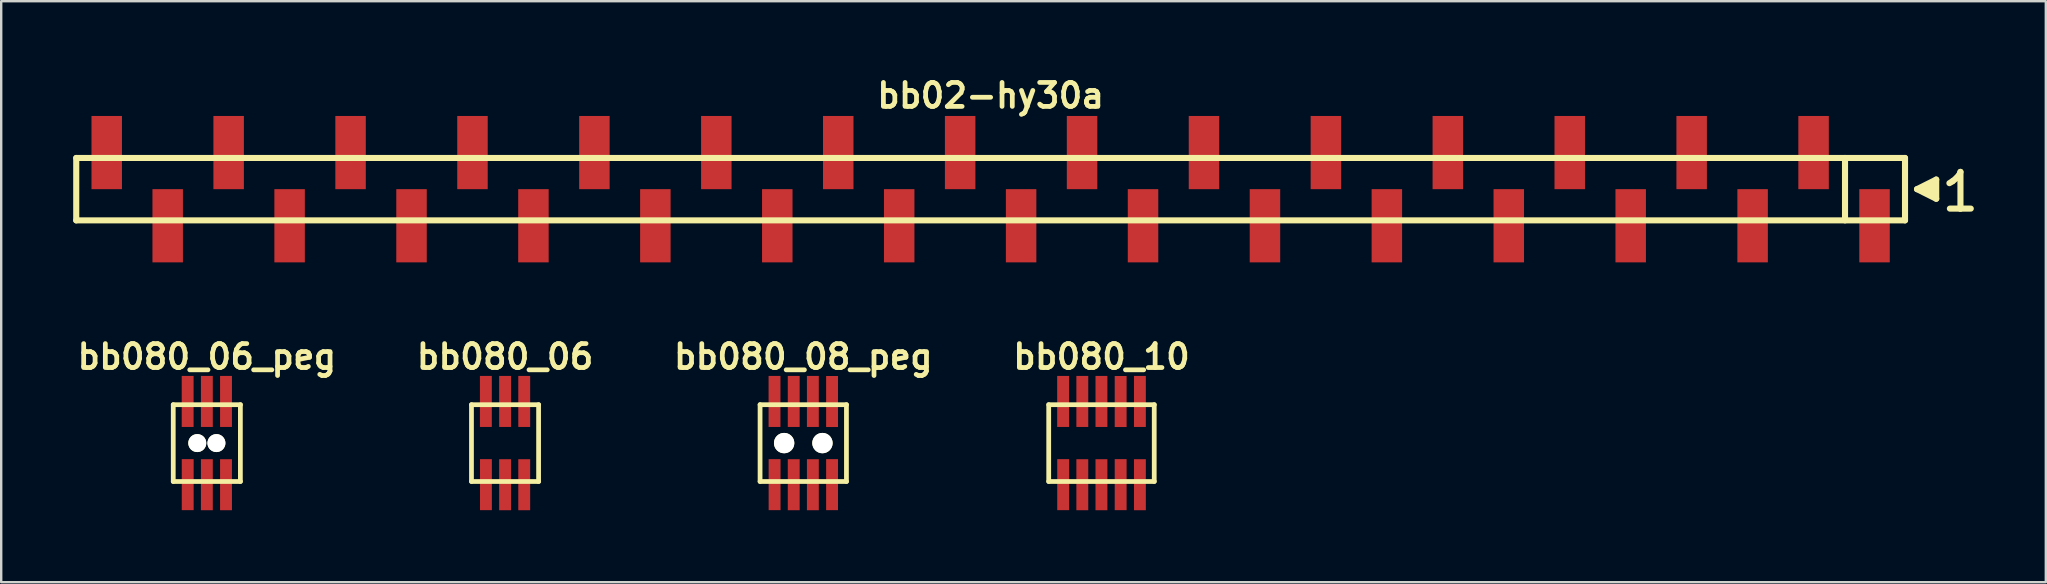
<source format=kicad_pcb>
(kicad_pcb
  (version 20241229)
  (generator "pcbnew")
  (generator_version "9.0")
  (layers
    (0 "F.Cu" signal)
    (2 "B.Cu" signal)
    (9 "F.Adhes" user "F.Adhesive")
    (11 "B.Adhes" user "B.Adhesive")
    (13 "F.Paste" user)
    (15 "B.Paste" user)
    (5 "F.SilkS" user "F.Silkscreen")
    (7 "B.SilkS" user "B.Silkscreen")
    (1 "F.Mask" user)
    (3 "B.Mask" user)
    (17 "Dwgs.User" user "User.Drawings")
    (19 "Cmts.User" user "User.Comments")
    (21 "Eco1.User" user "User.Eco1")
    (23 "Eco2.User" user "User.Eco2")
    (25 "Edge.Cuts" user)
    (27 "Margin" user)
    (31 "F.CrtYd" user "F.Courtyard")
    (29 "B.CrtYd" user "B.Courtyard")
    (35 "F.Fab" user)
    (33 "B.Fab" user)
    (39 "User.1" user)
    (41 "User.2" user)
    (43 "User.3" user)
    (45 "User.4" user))
  (footprint "bb080_10"
    (layer "F.Cu")
    (at 42.847 15.412)
    (property "Reference" "bb080_10" (at 0 -3.599 0) (layer "F.SilkS") (effects (font (size 0.998 0.998) (thickness 0.198))))
    (attr through_hole)
    (fp_line (start -2.2 -1.6) (end -2.2 1.6) (stroke (width 0.198) (type solid)) (layer "F.SilkS"))
    (fp_line (start -2.2 -1.6) (end 2.2 -1.6) (stroke (width 0.198) (type solid)) (layer "F.SilkS"))
    (fp_line (start 2.197 1.6) (end 2.197 -1.6) (stroke (width 0.198) (type solid)) (layer "F.SilkS"))
    (fp_line (start 2.2 1.6) (end -2.2 1.6) (stroke (width 0.198) (type solid)) (layer "F.SilkS"))
    (pad "1" smd rect (at -1.598 1.732) (size 0.495 2.126) (layers "F.Cu" "F.Mask" "F.Paste"))
    (pad "2" smd rect (at -1.6 -1.735) (size 0.495 2.126) (layers "F.Cu" "F.Mask" "F.Paste"))
    (pad "3" smd rect (at -0.8 1.735) (size 0.495 2.126) (layers "F.Cu" "F.Mask" "F.Paste"))
    (pad "4" smd rect (at -0.8 -1.735) (size 0.495 2.126) (layers "F.Cu" "F.Mask" "F.Paste"))
    (pad "5" smd rect (at -0.003 1.735) (size 0.495 2.126) (layers "F.Cu" "F.Mask" "F.Paste"))
    (pad "6" smd rect (at -0.003 -1.735) (size 0.495 2.126) (layers "F.Cu" "F.Mask" "F.Paste"))
    (pad "7" smd rect (at 0.798 1.732) (size 0.495 2.126) (layers "F.Cu" "F.Mask" "F.Paste"))
    (pad "8" smd rect (at 0.798 -1.732) (size 0.495 2.126) (layers "F.Cu" "F.Mask" "F.Paste"))
    (pad "9" smd rect (at 1.6 1.735) (size 0.495 2.126) (layers "F.Cu" "F.Mask" "F.Paste"))
    (pad "10" smd rect (at 1.6 -1.735) (size 0.495 2.126) (layers "F.Cu" "F.Mask" "F.Paste")))
  (footprint "bb02-hy30a"
    (layer "F.Cu")
    (at 38.227 4.832)
    (property "Reference" "bb02-hy30a" (at 0 -3.9 0) (layer "F.SilkS") (effects (font (size 0.998 0.998) (thickness 0.198))))
    (attr through_hole)
    (fp_line (start -38.1 -1.3) (end 38.1 -1.3) (stroke (width 0.254) (type solid)) (layer "F.SilkS"))
    (fp_line (start -38.1 1.3) (end -38.1 -1.3) (stroke (width 0.254) (type solid)) (layer "F.SilkS"))
    (fp_line (start 35.6 1.3) (end 35.6 -1.3) (stroke (width 0.254) (type solid)) (layer "F.SilkS"))
    (fp_line (start 38.1 -1.3) (end 38.1 1.3) (stroke (width 0.254) (type solid)) (layer "F.SilkS"))
    (fp_line (start 38.1 1.3) (end -38.1 1.3) (stroke (width 0.254) (type solid)) (layer "F.SilkS"))
    (fp_line (start 38.6 0) (end 39.4 0.4) (stroke (width 0.254) (type solid)) (layer "F.SilkS"))
    (fp_line (start 38.9 0.1) (end 38.9 -0.1) (stroke (width 0.254) (type solid)) (layer "F.SilkS"))
    (fp_line (start 39 -0.1) (end 39 0.1) (stroke (width 0.254) (type solid)) (layer "F.SilkS"))
    (fp_line (start 39.1 0.2) (end 39.1 -0.2) (stroke (width 0.254) (type solid)) (layer "F.SilkS"))
    (fp_line (start 39.2 -0.2) (end 39.2 0.2) (stroke (width 0.254) (type solid)) (layer "F.SilkS"))
    (fp_line (start 39.3 0.3) (end 39.3 -0.3) (stroke (width 0.254) (type solid)) (layer "F.SilkS"))
    (fp_line (start 39.4 -0.4) (end 38.6 0) (stroke (width 0.254) (type solid)) (layer "F.SilkS"))
    (fp_line (start 39.4 0.4) (end 39.4 -0.4) (stroke (width 0.254) (type solid)) (layer "F.SilkS"))
    (fp_line (start 39.95 -0.25) (end 40.08 -0.33) (stroke (width 0.254) (type solid)) (layer "F.SilkS"))
    (fp_line (start 40.08 -0.33) (end 40.24 -0.46) (stroke (width 0.254) (type solid)) (layer "F.SilkS"))
    (fp_line (start 40.24 -0.46) (end 40.38 -0.63) (stroke (width 0.254) (type solid)) (layer "F.SilkS"))
    (fp_line (start 40.38 -0.63) (end 40.41 -0.72) (stroke (width 0.254) (type solid)) (layer "F.SilkS"))
    (fp_line (start 40.41 -0.72) (end 40.41 0.81) (stroke (width 0.254) (type solid)) (layer "F.SilkS"))
    (fp_line (start 40.41 0.81) (end 39.97 0.81) (stroke (width 0.254) (type solid)) (layer "F.SilkS"))
    (fp_line (start 40.84 0.81) (end 40.4 0.81) (stroke (width 0.254) (type solid)) (layer "F.SilkS"))
    (pad "1" smd rect (at 36.83 1.525) (size 1.27 3.05) (layers "F.Cu" "F.Mask" "F.Paste"))
    (pad "2" smd rect (at 34.29 -1.525) (size 1.27 3.05) (layers "F.Cu" "F.Mask" "F.Paste"))
    (pad "3" smd rect (at 31.75 1.525) (size 1.27 3.05) (layers "F.Cu" "F.Mask" "F.Paste"))
    (pad "4" smd rect (at 29.21 -1.525) (size 1.27 3.05) (layers "F.Cu" "F.Mask" "F.Paste"))
    (pad "5" smd rect (at 26.67 1.525) (size 1.27 3.05) (layers "F.Cu" "F.Mask" "F.Paste"))
    (pad "6" smd rect (at 24.13 -1.525) (size 1.27 3.05) (layers "F.Cu" "F.Mask" "F.Paste"))
    (pad "7" smd rect (at 21.59 1.525) (size 1.27 3.05) (layers "F.Cu" "F.Mask" "F.Paste"))
    (pad "8" smd rect (at 19.05 -1.525) (size 1.27 3.05) (layers "F.Cu" "F.Mask" "F.Paste"))
    (pad "9" smd rect (at 16.51 1.525) (size 1.27 3.05) (layers "F.Cu" "F.Mask" "F.Paste"))
    (pad "10" smd rect (at 13.97 -1.525) (size 1.27 3.05) (layers "F.Cu" "F.Mask" "F.Paste"))
    (pad "11" smd rect (at 11.43 1.525) (size 1.27 3.05) (layers "F.Cu" "F.Mask" "F.Paste"))
    (pad "12" smd rect (at 8.89 -1.525) (size 1.27 3.05) (layers "F.Cu" "F.Mask" "F.Paste"))
    (pad "13" smd rect (at 6.35 1.525) (size 1.27 3.05) (layers "F.Cu" "F.Mask" "F.Paste"))
    (pad "14" smd rect (at 3.81 -1.525) (size 1.27 3.05) (layers "F.Cu" "F.Mask" "F.Paste"))
    (pad "15" smd rect (at 1.27 1.525) (size 1.27 3.05) (layers "F.Cu" "F.Mask" "F.Paste"))
    (pad "16" smd rect (at -1.27 -1.525) (size 1.27 3.05) (layers "F.Cu" "F.Mask" "F.Paste"))
    (pad "17" smd rect (at -3.81 1.525) (size 1.27 3.05) (layers "F.Cu" "F.Mask" "F.Paste"))
    (pad "18" smd rect (at -6.35 -1.525) (size 1.27 3.05) (layers "F.Cu" "F.Mask" "F.Paste"))
    (pad "19" smd rect (at -8.89 1.525) (size 1.27 3.05) (layers "F.Cu" "F.Mask" "F.Paste"))
    (pad "20" smd rect (at -11.43 -1.525) (size 1.27 3.05) (layers "F.Cu" "F.Mask" "F.Paste"))
    (pad "21" smd rect (at -13.97 1.525) (size 1.27 3.05) (layers "F.Cu" "F.Mask" "F.Paste"))
    (pad "22" smd rect (at -16.51 -1.525) (size 1.27 3.05) (layers "F.Cu" "F.Mask" "F.Paste"))
    (pad "23" smd rect (at -19.05 1.525) (size 1.27 3.05) (layers "F.Cu" "F.Mask" "F.Paste"))
    (pad "24" smd rect (at -21.59 -1.525) (size 1.27 3.05) (layers "F.Cu" "F.Mask" "F.Paste"))
    (pad "25" smd rect (at -24.13 1.525) (size 1.27 3.05) (layers "F.Cu" "F.Mask" "F.Paste"))
    (pad "26" smd rect (at -26.67 -1.525) (size 1.27 3.05) (layers "F.Cu" "F.Mask" "F.Paste"))
    (pad "27" smd rect (at -29.21 1.525) (size 1.27 3.05) (layers "F.Cu" "F.Mask" "F.Paste"))
    (pad "28" smd rect (at -31.75 -1.525) (size 1.27 3.05) (layers "F.Cu" "F.Mask" "F.Paste"))
    (pad "29" smd rect (at -34.29 1.525) (size 1.27 3.05) (layers "F.Cu" "F.Mask" "F.Paste"))
    (pad "30" smd rect (at -36.83 -1.525) (size 1.27 3.05) (layers "F.Cu" "F.Mask" "F.Paste")))
  (footprint "bb080_08_peg"
    (layer "F.Cu")
    (at 30.421 15.412)
    (property "Reference" "bb080_08_peg" (at 0 -3.599 0) (layer "F.SilkS") (effects (font (size 0.998 0.998) (thickness 0.198))))
    (attr through_hole)
    (fp_line (start -1.801 -1.6) (end -1.801 1.6) (stroke (width 0.198) (type solid)) (layer "F.SilkS"))
    (fp_line (start -1.801 -1.6) (end 1.801 -1.6) (stroke (width 0.198) (type solid)) (layer "F.SilkS"))
    (fp_line (start -1.801 1.6) (end 1.801 1.6) (stroke (width 0.198) (type solid)) (layer "F.SilkS"))
    (fp_line (start 1.798 1.6) (end 1.798 -1.6) (stroke (width 0.198) (type solid)) (layer "F.SilkS"))
    (pad "" np_thru_hole circle (at -0.798 0) (size 0.848 0.848) (drill 0.848) (layers "*.Cu" "*.Mask" "F.SilkS"))
    (pad "" np_thru_hole circle (at 0.798 0) (size 0.848 0.848) (drill 0.848) (layers "*.Cu" "*.Mask" "F.SilkS"))
    (pad "1" smd rect (at -1.196 1.732) (size 0.495 2.126) (layers "F.Cu" "F.Mask" "F.Paste"))
    (pad "2" smd rect (at -1.199 -1.735) (size 0.495 2.126) (layers "F.Cu" "F.Mask" "F.Paste"))
    (pad "3" smd rect (at -0.399 1.735) (size 0.495 2.126) (layers "F.Cu" "F.Mask" "F.Paste"))
    (pad "4" smd rect (at -0.399 -1.735) (size 0.495 2.126) (layers "F.Cu" "F.Mask" "F.Paste"))
    (pad "5" smd rect (at 0.399 1.735) (size 0.495 2.126) (layers "F.Cu" "F.Mask" "F.Paste"))
    (pad "6" smd rect (at 0.399 -1.735) (size 0.495 2.126) (layers "F.Cu" "F.Mask" "F.Paste"))
    (pad "7" smd rect (at 1.199 1.732) (size 0.495 2.126) (layers "F.Cu" "F.Mask" "F.Paste"))
    (pad "8" smd rect (at 1.199 -1.732) (size 0.495 2.126) (layers "F.Cu" "F.Mask" "F.Paste")))
  (footprint "bb080_06_peg"
    (layer "F.Cu")
    (at 5.569 15.412)
    (property "Reference" "bb080_06_peg" (at 0 -3.599 0) (layer "F.SilkS") (effects (font (size 0.998 0.998) (thickness 0.198))))
    (attr through_hole)
    (fp_line (start -1.4 -1.6) (end -1.4 1.6) (stroke (width 0.198) (type solid)) (layer "F.SilkS"))
    (fp_line (start -1.4 1.6) (end 1.4 1.6) (stroke (width 0.198) (type solid)) (layer "F.SilkS"))
    (fp_line (start 1.397 1.6) (end 1.397 -1.6) (stroke (width 0.198) (type solid)) (layer "F.SilkS"))
    (fp_line (start 1.4 -1.6) (end -1.4 -1.6) (stroke (width 0.198) (type solid)) (layer "F.SilkS"))
    (pad "" np_thru_hole circle (at -0.399 0) (size 0.749 0.749) (drill 0.749) (layers "*.Cu" "*.Mask" "F.SilkS"))
    (pad "" np_thru_hole circle (at 0.399 0) (size 0.749 0.749) (drill 0.749) (layers "*.Cu" "*.Mask" "F.SilkS"))
    (pad "1" smd rect (at -0.798 1.732) (size 0.495 2.126) (layers "F.Cu" "F.Mask" "F.Paste"))
    (pad "2" smd rect (at -0.8 -1.735) (size 0.495 2.126) (layers "F.Cu" "F.Mask" "F.Paste"))
    (pad "3" smd rect (at 0 1.735) (size 0.495 2.126) (layers "F.Cu" "F.Mask" "F.Paste"))
    (pad "4" smd rect (at 0 -1.735) (size 0.495 2.126) (layers "F.Cu" "F.Mask" "F.Paste"))
    (pad "5" smd rect (at 0.798 1.735) (size 0.495 2.126) (layers "F.Cu" "F.Mask" "F.Paste"))
    (pad "6" smd rect (at 0.798 -1.735) (size 0.495 2.126) (layers "F.Cu" "F.Mask" "F.Paste")))
  (footprint "bb080_06"
    (layer "F.Cu")
    (at 17.995 15.412)
    (property "Reference" "bb080_06" (at 0 -3.599 0) (layer "F.SilkS") (effects (font (size 0.998 0.998) (thickness 0.198))))
    (attr through_hole)
    (fp_line (start -1.4 -1.6) (end -1.4 1.6) (stroke (width 0.198) (type solid)) (layer "F.SilkS"))
    (fp_line (start -1.4 1.6) (end 1.4 1.6) (stroke (width 0.198) (type solid)) (layer "F.SilkS"))
    (fp_line (start 1.397 1.6) (end 1.397 -1.6) (stroke (width 0.198) (type solid)) (layer "F.SilkS"))
    (fp_line (start 1.4 -1.6) (end -1.4 -1.6) (stroke (width 0.198) (type solid)) (layer "F.SilkS"))
    (pad "1" smd rect (at -0.798 1.732) (size 0.495 2.126) (layers "F.Cu" "F.Mask" "F.Paste"))
    (pad "2" smd rect (at -0.8 -1.735) (size 0.495 2.126) (layers "F.Cu" "F.Mask" "F.Paste"))
    (pad "3" smd rect (at 0 1.735) (size 0.495 2.126) (layers "F.Cu" "F.Mask" "F.Paste"))
    (pad "4" smd rect (at 0 -1.735) (size 0.495 2.126) (layers "F.Cu" "F.Mask" "F.Paste"))
    (pad "5" smd rect (at 0.798 1.735) (size 0.495 2.126) (layers "F.Cu" "F.Mask" "F.Paste"))
    (pad "6" smd rect (at 0.798 -1.735) (size 0.495 2.126) (layers "F.Cu" "F.Mask" "F.Paste")))
  (gr_rect
    (start -3 -3)
    (end 82.194 21.21)
    (stroke (width 0.1) (type default))
    (fill no)
    (layer "Edge.Cuts")))
</source>
